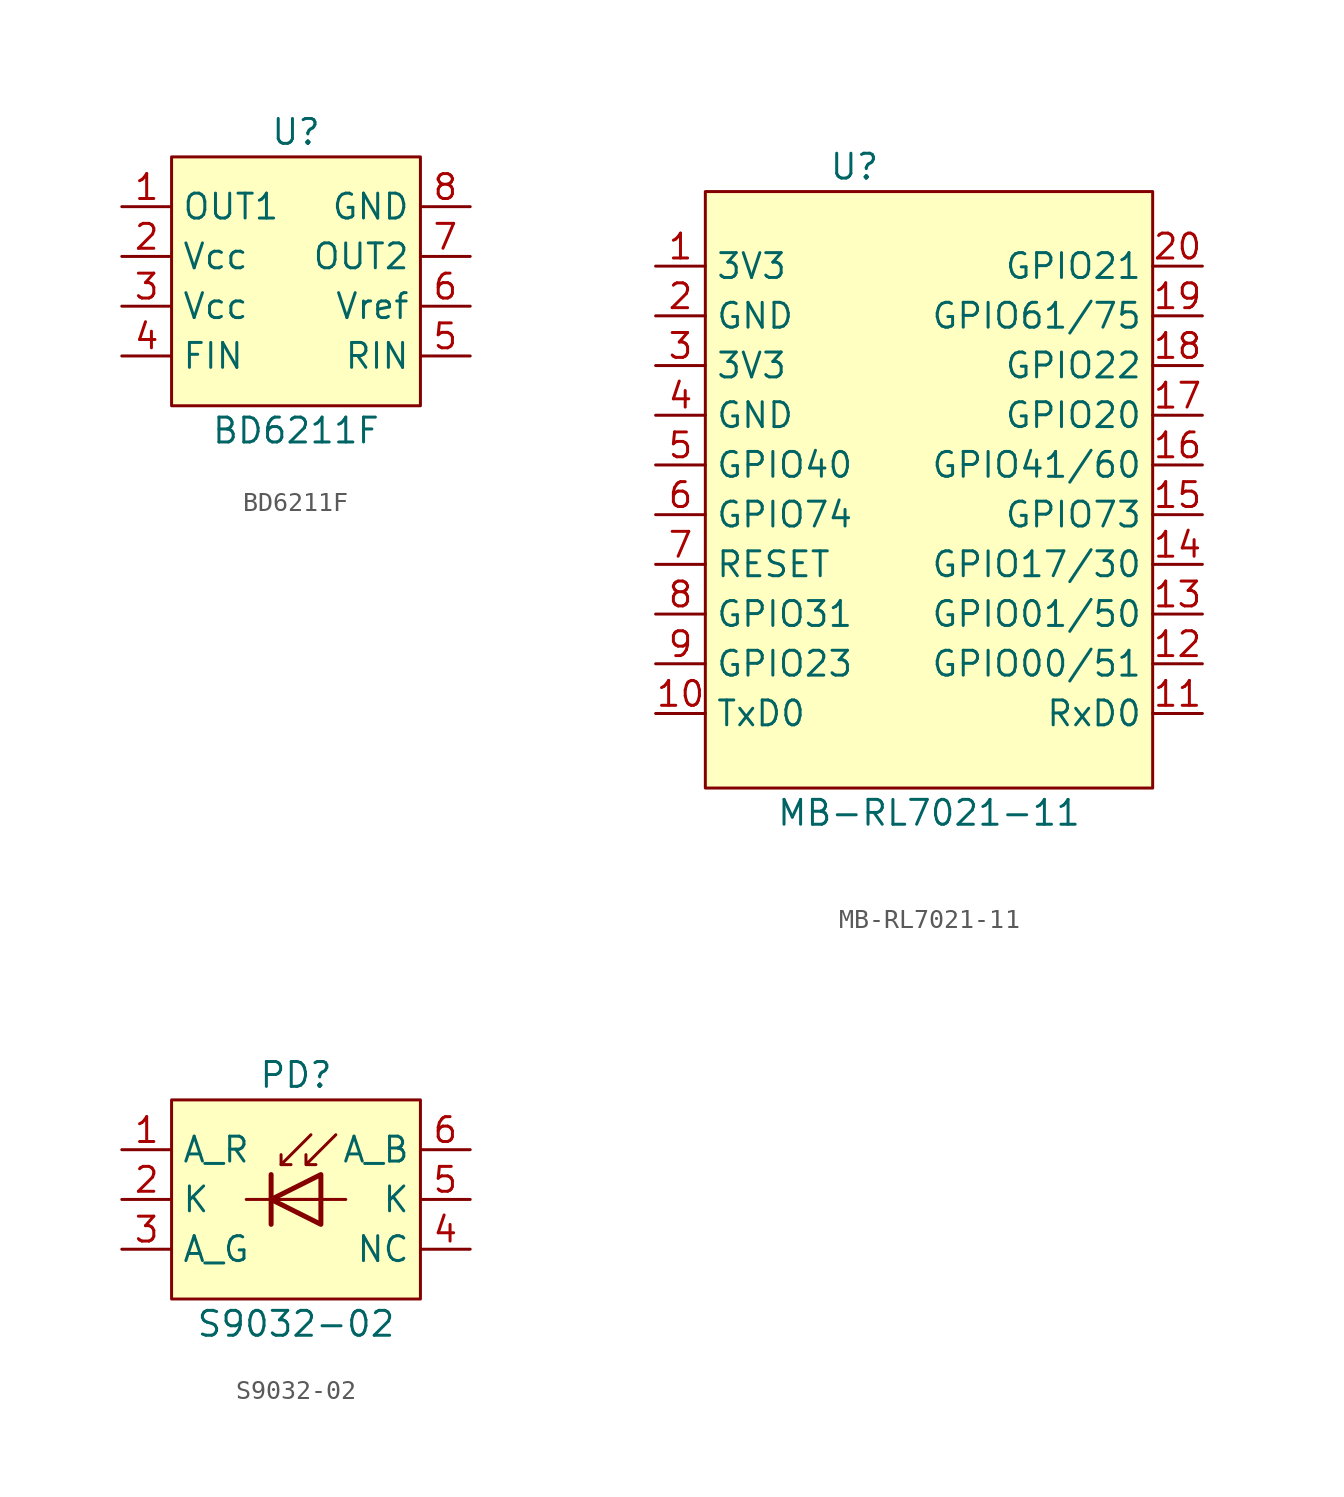
<source format=kicad_sym>
(kicad_symbol_lib
  (version 20211014)
  (generator kicad_symbol_editor)
  (symbol "BD6211F"
    (property "Reference" "U"
      (at 0 1.27 0)
      (effects (font (size 1.27 1.27))))
    (property "Value" "BD6211F"
      (at 0 -13.97 0)
      (effects (font (size 1.27 1.27))))
    (symbol "BD6211F_0_1"
      (rectangle (start -6.35 0) (end 6.35 -12.7) (stroke (width 0) (type default) (color 0 0 0 0)) (fill (type background))))
    (symbol "BD6211F_1_1"
      (pin input line (at -8.89 -2.54 0) (length 2.54) (name "OUT1" (effects (font (size 1.27 1.27)))) (number "1" (effects (font (size 1.27 1.27)))))
      (pin input line (at -8.89 -5.08 0) (length 2.54) (name "Vcc" (effects (font (size 1.27 1.27)))) (number "2" (effects (font (size 1.27 1.27)))))
      (pin input line (at -8.89 -7.62 0) (length 2.54) (name "Vcc" (effects (font (size 1.27 1.27)))) (number "3" (effects (font (size 1.27 1.27)))))
      (pin input line (at -8.89 -10.16 0) (length 2.54) (name "FIN" (effects (font (size 1.27 1.27)))) (number "4" (effects (font (size 1.27 1.27)))))
      (pin input line (at 8.89 -10.16 180) (length 2.54) (name "RIN" (effects (font (size 1.27 1.27)))) (number "5" (effects (font (size 1.27 1.27)))))
      (pin input line (at 8.89 -7.62 180) (length 2.54) (name "Vref" (effects (font (size 1.27 1.27)))) (number "6" (effects (font (size 1.27 1.27)))))
      (pin input line (at 8.89 -5.08 180) (length 2.54) (name "OUT2" (effects (font (size 1.27 1.27)))) (number "7" (effects (font (size 1.27 1.27)))))
      (pin input line (at 8.89 -2.54 180) (length 2.54) (name "GND" (effects (font (size 1.27 1.27)))) (number "8" (effects (font (size 1.27 1.27)))))))
  (symbol "MB-RL7021-11"
    (property "Reference" "U"
      (at -3.81 16.51 0)
      (effects (font (size 1.27 1.27))))
    (property "Value" "MB-RL7021-11"
      (at 0 -16.51 0)
      (effects (font (size 1.27 1.27))))
    (symbol "MB-RL7021-11_0_1"
      (rectangle (start -11.43 15.24) (end 11.43 -15.24) (stroke (width 0) (type default) (color 0 0 0 0)) (fill (type background))))
    (symbol "MB-RL7021-11_1_1"
      (pin power_in line (at -13.97 11.43 0) (length 2.54) (name "3V3" (effects (font (size 1.27 1.27)))) (number "1" (effects (font (size 1.27 1.27)))))
      (pin output line (at -13.97 -11.43 0) (length 2.54) (name "TxD0" (effects (font (size 1.27 1.27)))) (number "10" (effects (font (size 1.27 1.27)))))
      (pin input line (at 13.97 -11.43 180) (length 2.54) (name "RxD0" (effects (font (size 1.27 1.27)))) (number "11" (effects (font (size 1.27 1.27)))))
      (pin bidirectional line (at 13.97 -8.89 180) (length 2.54) (name "GPIO00/51" (effects (font (size 1.27 1.27)))) (number "12" (effects (font (size 1.27 1.27)))))
      (pin bidirectional line (at 13.97 -6.35 180) (length 2.54) (name "GPIO01/50" (effects (font (size 1.27 1.27)))) (number "13" (effects (font (size 1.27 1.27)))))
      (pin bidirectional line (at 13.97 -3.81 180) (length 2.54) (name "GPIO17/30" (effects (font (size 1.27 1.27)))) (number "14" (effects (font (size 1.27 1.27)))))
      (pin bidirectional line (at 13.97 -1.27 180) (length 2.54) (name "GPIO73" (effects (font (size 1.27 1.27)))) (number "15" (effects (font (size 1.27 1.27)))))
      (pin bidirectional line (at 13.97 1.27 180) (length 2.54) (name "GPIO41/60" (effects (font (size 1.27 1.27)))) (number "16" (effects (font (size 1.27 1.27)))))
      (pin bidirectional line (at 13.97 3.81 180) (length 2.54) (name "GPIO20" (effects (font (size 1.27 1.27)))) (number "17" (effects (font (size 1.27 1.27)))))
      (pin bidirectional line (at 13.97 6.35 180) (length 2.54) (name "GPIO22" (effects (font (size 1.27 1.27)))) (number "18" (effects (font (size 1.27 1.27)))))
      (pin bidirectional line (at 13.97 8.89 180) (length 2.54) (name "GPIO61/75" (effects (font (size 1.27 1.27)))) (number "19" (effects (font (size 1.27 1.27)))))
      (pin power_in line (at -13.97 8.89 0) (length 2.54) (name "GND" (effects (font (size 1.27 1.27)))) (number "2" (effects (font (size 1.27 1.27)))))
      (pin bidirectional line (at 13.97 11.43 180) (length 2.54) (name "GPIO21" (effects (font (size 1.27 1.27)))) (number "20" (effects (font (size 1.27 1.27)))))
      (pin power_in line (at -13.97 6.35 0) (length 2.54) (name "3V3" (effects (font (size 1.27 1.27)))) (number "3" (effects (font (size 1.27 1.27)))))
      (pin power_in line (at -13.97 3.81 0) (length 2.54) (name "GND" (effects (font (size 1.27 1.27)))) (number "4" (effects (font (size 1.27 1.27)))))
      (pin bidirectional line (at -13.97 1.27 0) (length 2.54) (name "GPIO40" (effects (font (size 1.27 1.27)))) (number "5" (effects (font (size 1.27 1.27)))))
      (pin bidirectional line (at -13.97 -1.27 0) (length 2.54) (name "GPIO74" (effects (font (size 1.27 1.27)))) (number "6" (effects (font (size 1.27 1.27)))))
      (pin input line (at -13.97 -3.81 0) (length 2.54) (name "RESET" (effects (font (size 1.27 1.27)))) (number "7" (effects (font (size 1.27 1.27)))))
      (pin bidirectional line (at -13.97 -6.35 0) (length 2.54) (name "GPIO31" (effects (font (size 1.27 1.27)))) (number "8" (effects (font (size 1.27 1.27)))))
      (pin bidirectional line (at -13.97 -8.89 0) (length 2.54) (name "GPIO23" (effects (font (size 1.27 1.27)))) (number "9" (effects (font (size 1.27 1.27)))))))
  (symbol "S9032-02"
    (property "Reference" "PD"
      (at 0 6.35 0)
      (effects (font (size 1.27 1.27))))
    (property "Value" "S9032-02"
      (at 0 -6.35 0)
      (effects (font (size 1.27 1.27))))
    (symbol "S9032-02_0_1"
      (rectangle (start -6.35 5.08) (end 6.35 -5.08) (stroke (width 0) (type default) (color 0 0 0 0)) (fill (type background)))
      (polyline (pts (xy -2.54 0) (xy 2.54 0)) (stroke (width 0) (type default) (color 0 0 0 0)) (fill (type none)))
      (polyline (pts (xy -1.27 1.27) (xy -1.27 -1.27)) (stroke (width 0.254) (type default) (color 0 0 0 0)) (fill (type none)))
      (polyline (pts (xy -0.762 1.778) (xy -0.254 1.778)) (stroke (width 0) (type default) (color 0 0 0 0)) (fill (type none)))
      (polyline (pts (xy 1.27 0) (xy -1.27 0)) (stroke (width 0) (type default) (color 0 0 0 0)) (fill (type none)))
      (polyline (pts (xy 0.762 3.302) (xy -0.762 1.778) (xy -0.762 2.286)) (stroke (width 0) (type default) (color 0 0 0 0)) (fill (type none)))
      (polyline (pts (xy 1.27 -1.27) (xy 1.27 1.27) (xy -1.27 0) (xy 1.27 -1.27)) (stroke (width 0.254) (type default) (color 0 0 0 0)) (fill (type none)))
      (polyline (pts (xy 2.032 3.302) (xy 0.508 1.778) (xy 0.508 2.286) (xy 0.508 1.778) (xy 1.016 1.778)) (stroke (width 0) (type default) (color 0 0 0 0)) (fill (type none))))
    (symbol "S9032-02_1_1"
      (pin passive line (at -8.89 2.54 0) (length 2.54) (name "A_R" (effects (font (size 1.27 1.27)))) (number "1" (effects (font (size 1.27 1.27)))))
      (pin passive line (at -8.89 0 0) (length 2.54) (name "K" (effects (font (size 1.27 1.27)))) (number "2" (effects (font (size 1.27 1.27)))))
      (pin passive line (at -8.89 -2.54 0) (length 2.54) (name "A_G" (effects (font (size 1.27 1.27)))) (number "3" (effects (font (size 1.27 1.27)))))
      (pin passive line (at 8.89 -2.54 180) (length 2.54) (name "NC" (effects (font (size 1.27 1.27)))) (number "4" (effects (font (size 1.27 1.27)))))
      (pin passive line (at 8.89 0 180) (length 2.54) (name "K" (effects (font (size 1.27 1.27)))) (number "5" (effects (font (size 1.27 1.27)))))
      (pin passive line (at 8.89 2.54 180) (length 2.54) (name "A_B" (effects (font (size 1.27 1.27)))) (number "6" (effects (font (size 1.27 1.27))))))))
</source>
